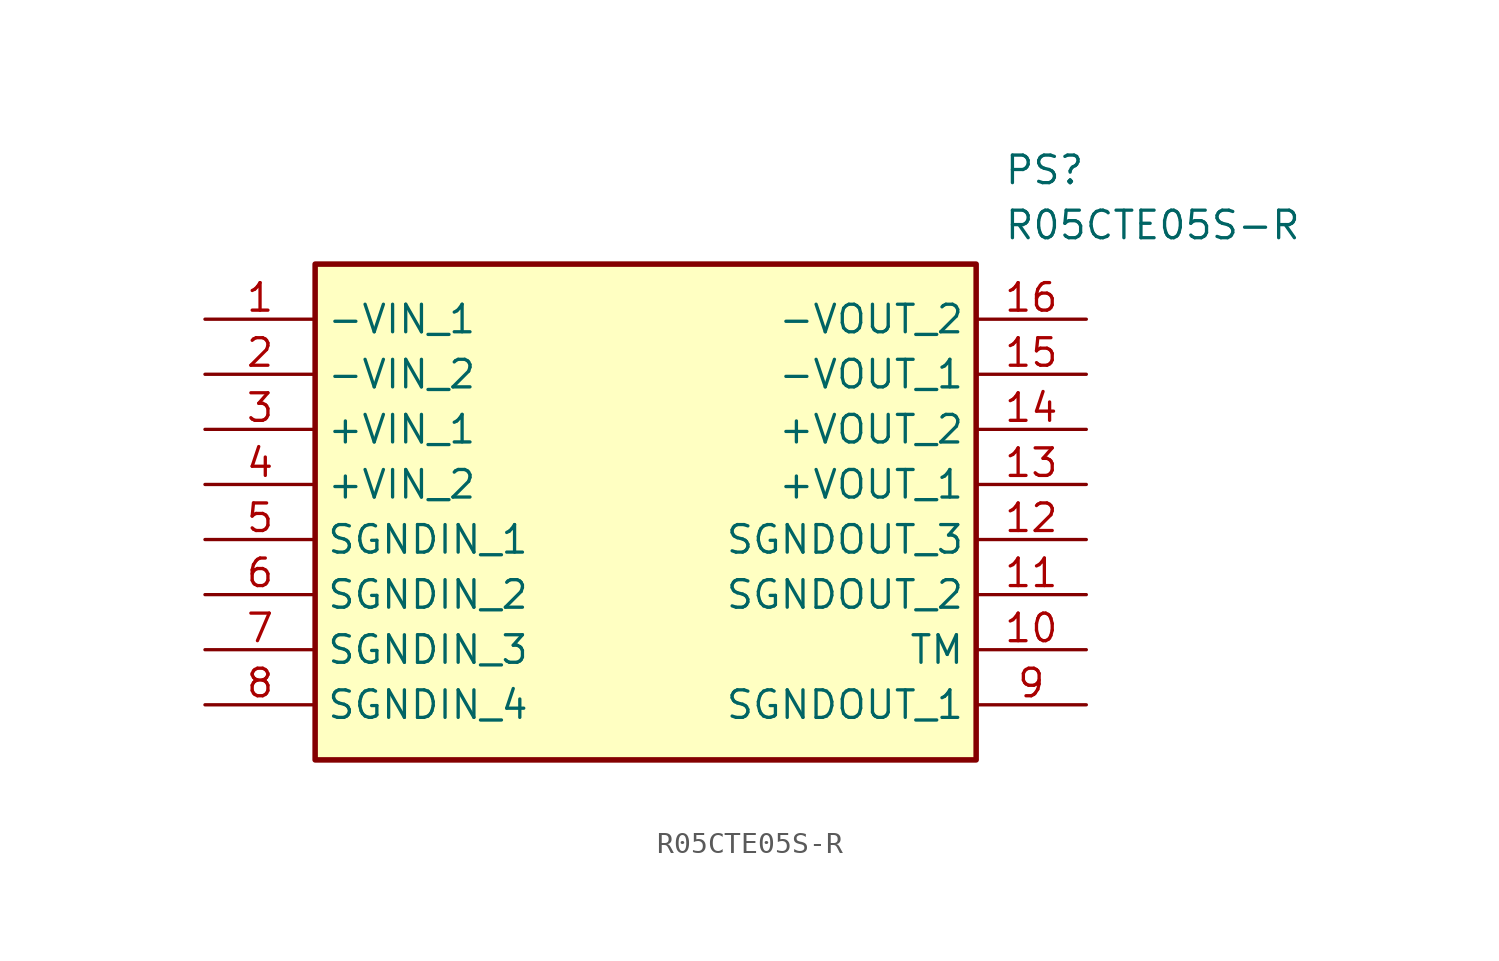
<source format=kicad_sym>
(kicad_symbol_lib
  (version 20211014)
  (generator SamacSys_ECAD_Model)
  (symbol "R05CTE05S-R"
    (property "Reference" "PS"
      (at 36.83 7.62 0)
      (effects (font (size 1.27 1.27)) (justify left top)))
    (property "Value" "R05CTE05S-R"
      (at 36.83 5.08 0)
      (effects (font (size 1.27 1.27)) (justify left top)))
    (rectangle
      (start 5.08 2.54)
      (end 35.56 -20.32)
      (stroke (width 0.254) (type default))
      (fill (type background)))
    (pin passive line
      (at 0 0 0)
      (length 5.08)
      (name "-VIN_1" (effects (font (size 1.27 1.27))))
      (number "1" (effects (font (size 1.27 1.27)))))
    (pin passive line
      (at 0 -2.54 0)
      (length 5.08)
      (name "-VIN_2" (effects (font (size 1.27 1.27))))
      (number "2" (effects (font (size 1.27 1.27)))))
    (pin passive line
      (at 0 -5.08 0)
      (length 5.08)
      (name "+VIN_1" (effects (font (size 1.27 1.27))))
      (number "3" (effects (font (size 1.27 1.27)))))
    (pin passive line
      (at 0 -7.62 0)
      (length 5.08)
      (name "+VIN_2" (effects (font (size 1.27 1.27))))
      (number "4" (effects (font (size 1.27 1.27)))))
    (pin passive line
      (at 0 -10.16 0)
      (length 5.08)
      (name "SGNDIN_1" (effects (font (size 1.27 1.27))))
      (number "5" (effects (font (size 1.27 1.27)))))
    (pin passive line
      (at 0 -12.7 0)
      (length 5.08)
      (name "SGNDIN_2" (effects (font (size 1.27 1.27))))
      (number "6" (effects (font (size 1.27 1.27)))))
    (pin passive line
      (at 0 -15.24 0)
      (length 5.08)
      (name "SGNDIN_3" (effects (font (size 1.27 1.27))))
      (number "7" (effects (font (size 1.27 1.27)))))
    (pin passive line
      (at 0 -17.78 0)
      (length 5.08)
      (name "SGNDIN_4" (effects (font (size 1.27 1.27))))
      (number "8" (effects (font (size 1.27 1.27)))))
    (pin passive line
      (at 40.64 0 180)
      (length 5.08)
      (name "-VOUT_2" (effects (font (size 1.27 1.27))))
      (number "16" (effects (font (size 1.27 1.27)))))
    (pin passive line
      (at 40.64 -2.54 180)
      (length 5.08)
      (name "-VOUT_1" (effects (font (size 1.27 1.27))))
      (number "15" (effects (font (size 1.27 1.27)))))
    (pin passive line
      (at 40.64 -5.08 180)
      (length 5.08)
      (name "+VOUT_2" (effects (font (size 1.27 1.27))))
      (number "14" (effects (font (size 1.27 1.27)))))
    (pin passive line
      (at 40.64 -7.62 180)
      (length 5.08)
      (name "+VOUT_1" (effects (font (size 1.27 1.27))))
      (number "13" (effects (font (size 1.27 1.27)))))
    (pin passive line
      (at 40.64 -10.16 180)
      (length 5.08)
      (name "SGNDOUT_3" (effects (font (size 1.27 1.27))))
      (number "12" (effects (font (size 1.27 1.27)))))
    (pin passive line
      (at 40.64 -12.7 180)
      (length 5.08)
      (name "SGNDOUT_2" (effects (font (size 1.27 1.27))))
      (number "11" (effects (font (size 1.27 1.27)))))
    (pin passive line
      (at 40.64 -15.24 180)
      (length 5.08)
      (name "TM" (effects (font (size 1.27 1.27))))
      (number "10" (effects (font (size 1.27 1.27)))))
    (pin passive line
      (at 40.64 -17.78 180)
      (length 5.08)
      (name "SGNDOUT_1" (effects (font (size 1.27 1.27))))
      (number "9" (effects (font (size 1.27 1.27)))))))
</source>
